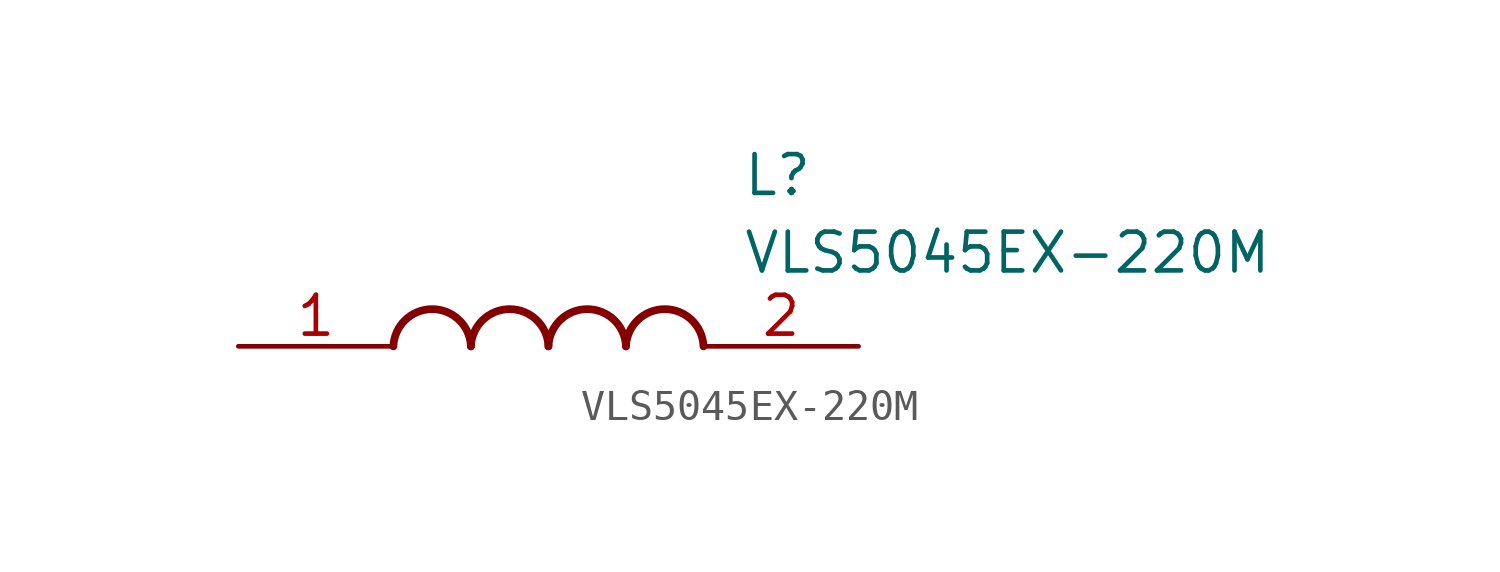
<source format=kicad_sym>
(kicad_symbol_lib
  (version 20211014)
  (generator SamacSys_ECAD_Model)
  (symbol "VLS5045EX-220M"
    (pin_names hide)
    (property "Reference" "L"
      (at 16.51 6.35 0)
      (effects (font (size 1.27 1.27)) (justify left top)))
    (property "Value" "VLS5045EX-220M"
      (at 16.51 3.81 0)
      (effects (font (size 1.27 1.27)) (justify left top)))
    (arc
      (start 7.62 0)
      (mid 6.35 1.219)
      (end 5.08 0)
      (stroke (width 0.254) (type default))
      (fill (type none)))
    (arc
      (start 10.16 0)
      (mid 8.89 1.219)
      (end 7.62 0)
      (stroke (width 0.254) (type default))
      (fill (type none)))
    (arc
      (start 12.7 0)
      (mid 11.43 1.219)
      (end 10.16 0)
      (stroke (width 0.254) (type default))
      (fill (type none)))
    (arc
      (start 15.24 0)
      (mid 13.97 1.219)
      (end 12.7 0)
      (stroke (width 0.254) (type default))
      (fill (type none)))
    (pin passive line
      (at 0 0 0)
      (length 5.08)
      (name "1" (effects (font (size 1.27 1.27))))
      (number "1" (effects (font (size 1.27 1.27)))))
    (pin passive line
      (at 20.32 0 180)
      (length 5.08)
      (name "2" (effects (font (size 1.27 1.27))))
      (number "2" (effects (font (size 1.27 1.27)))))))
</source>
